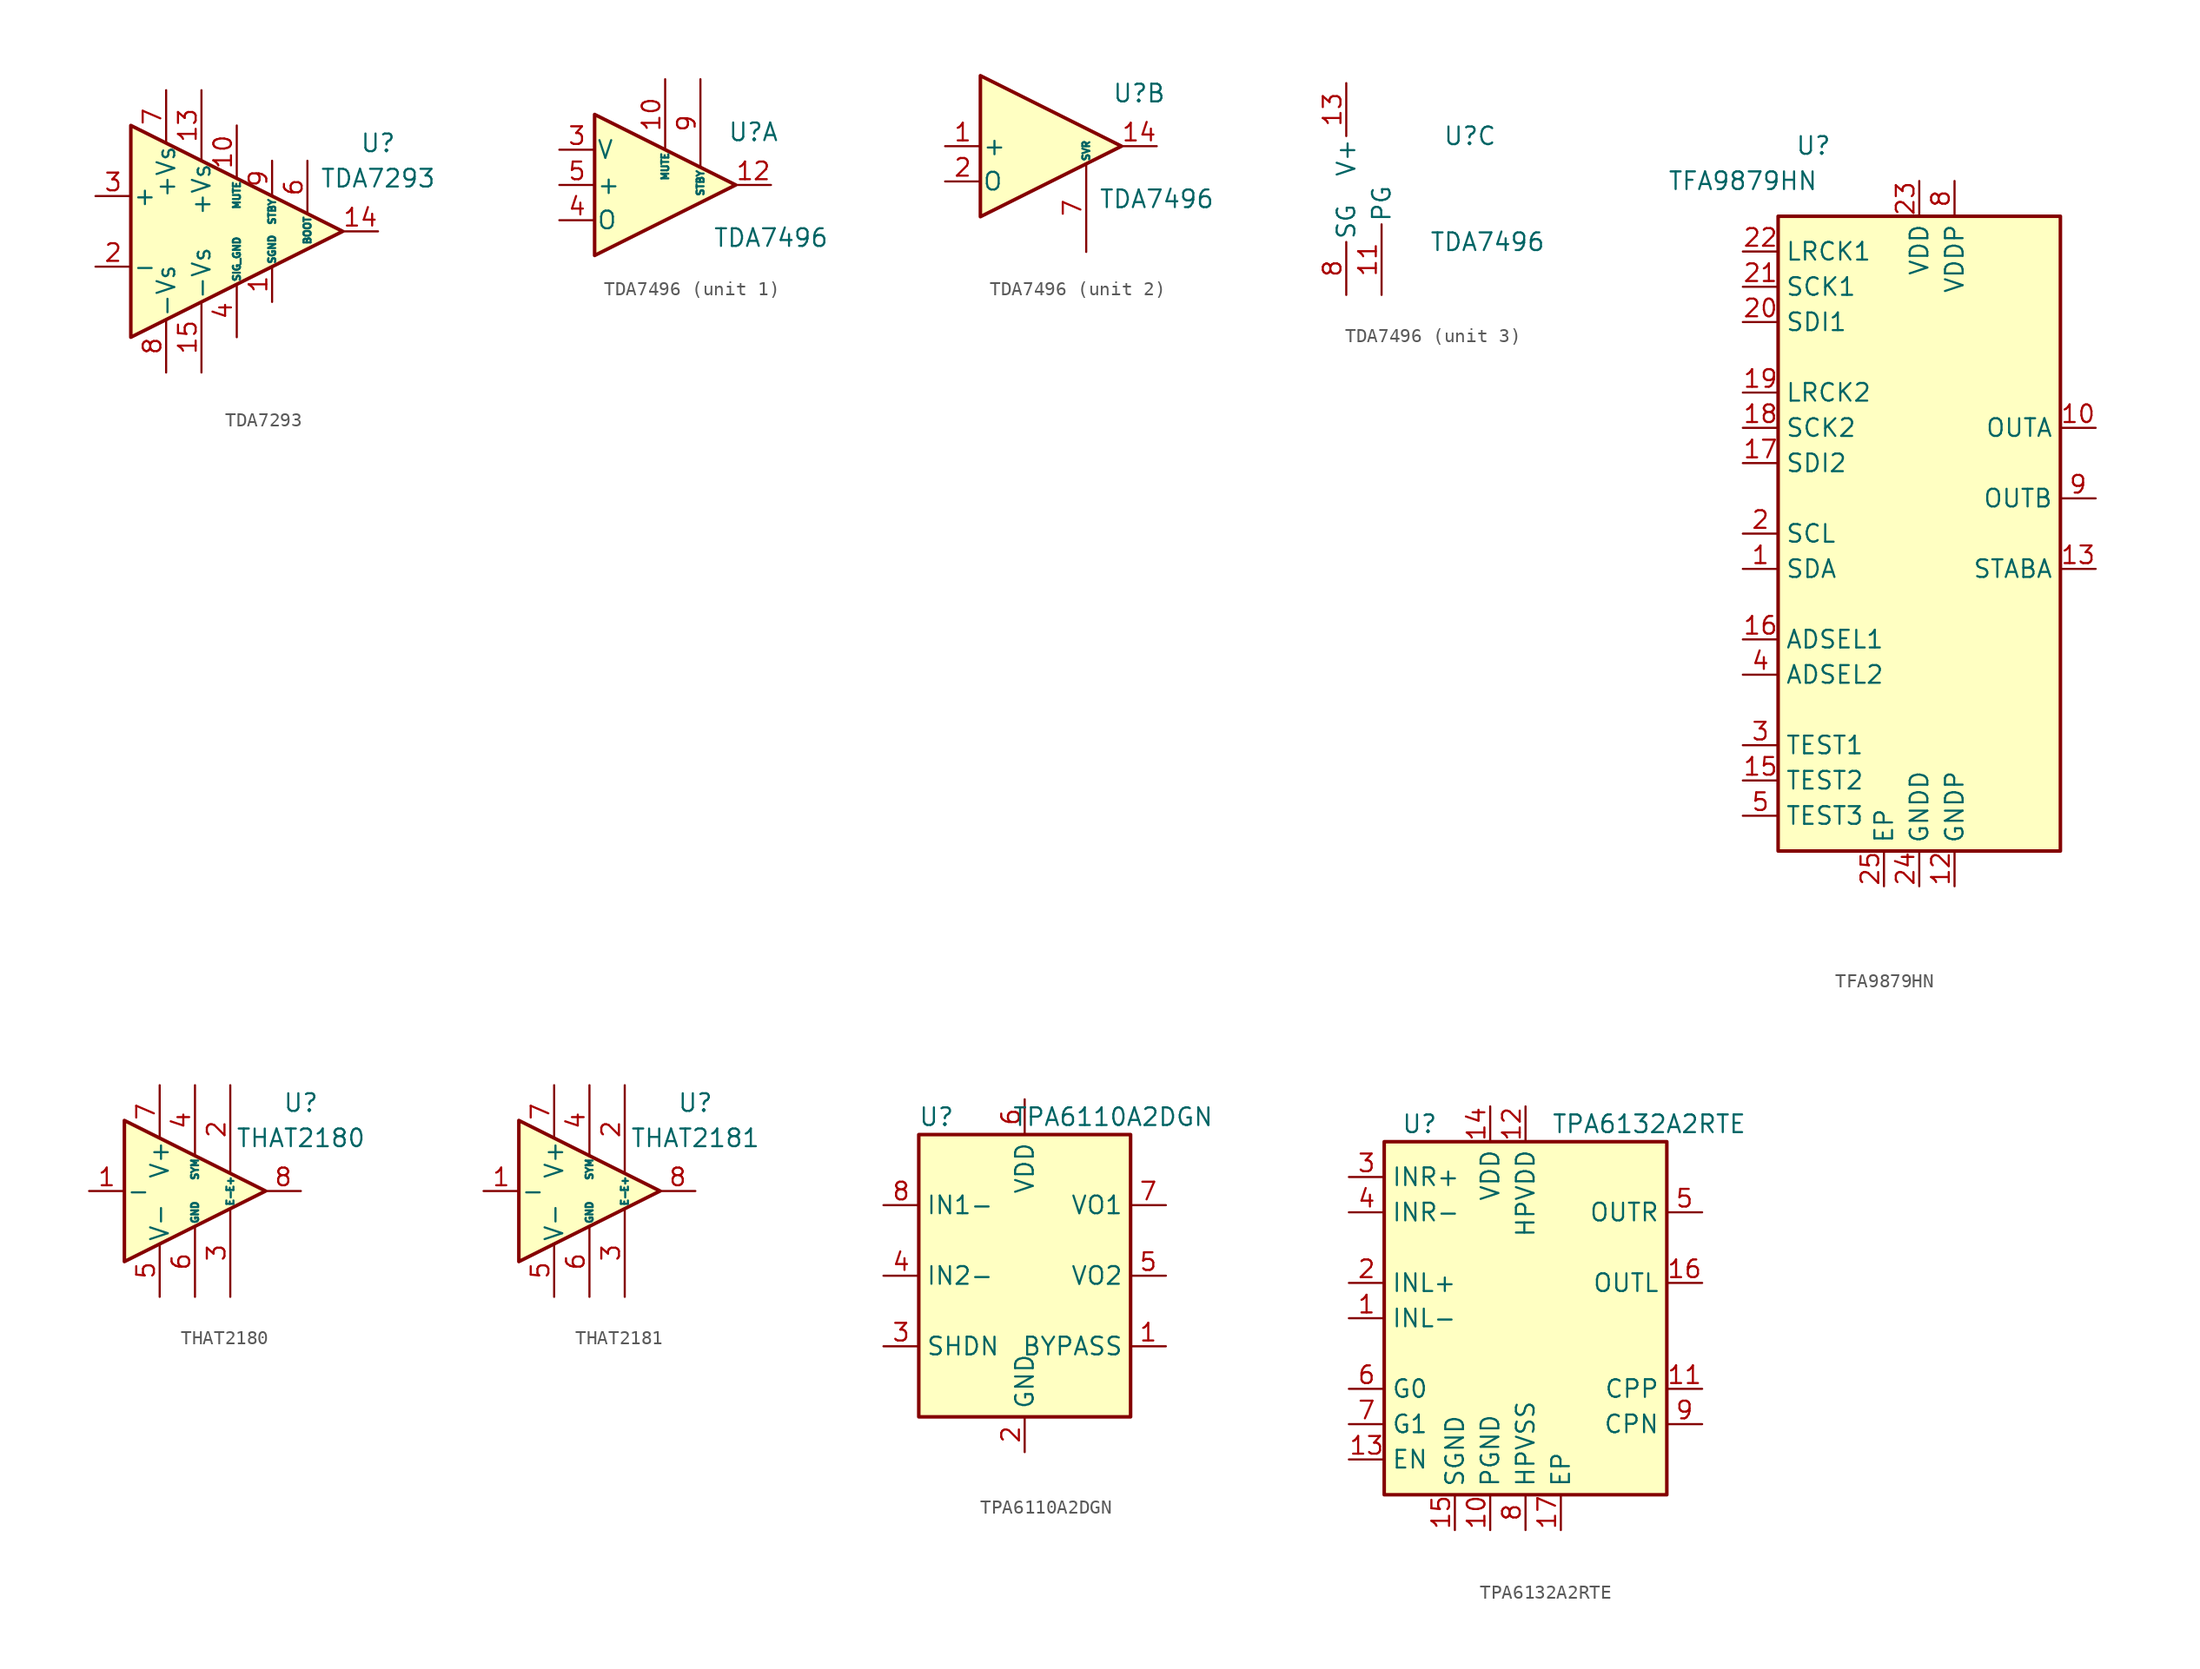
<source format=kicad_sym>
(kicad_symbol_lib
  (version 20241209)
  (generator "kicad_symbol_editor")
  (generator_version "9.0")
  (symbol "TDA7293"
    (pin_names
      (offset 0.127))
    (property "Reference" "U"
      (at 10.16 6.35 0)
      (effects (font (size 1.27 1.27))))
    (property "Value" "TDA7293"
      (at 10.16 3.81 0)
      (effects (font (size 1.27 1.27))))
    (symbol "TDA7293_0_1"
      (polyline (pts (xy -7.62 7.62) (xy 7.62 0) (xy -7.62 -7.62) (xy -7.62 7.62)) (stroke (width 0.254) (type default)) (fill (type background))))
    (symbol "TDA7293_1_1"
      (pin input line (at -10.16 2.54 0) (length 2.54) (name "+" (effects (font (size 1.27 1.27)))) (number "3" (effects (font (size 1.27 1.27)))))
      (pin input line (at -10.16 -2.54 0) (length 2.54) (name "-" (effects (font (size 1.27 1.27)))) (number "2" (effects (font (size 1.27 1.27)))))
      (pin power_in line (at -5.08 10.16 270) (length 3.81) (name "+Vs" (effects (font (size 1.27 1.27)))) (number "7" (effects (font (size 1.27 1.27)))))
      (pin power_in line (at -5.08 -10.16 90) (length 3.81) (name "-Vs" (effects (font (size 1.27 1.27)))) (number "8" (effects (font (size 1.27 1.27)))))
      (pin power_in line (at -2.54 10.16 270) (length 5.08) (name "+Vs" (effects (font (size 1.27 1.27)))) (number "13" (effects (font (size 1.27 1.27)))))
      (pin no_connect line (at -2.54 2.54 270) (length 2.54) (hide yes) (name "NC" (effects (font (size 1.27 1.27)))) (number "5" (effects (font (size 1.27 1.27)))))
      (pin power_in line (at -2.54 -10.16 90) (length 5.08) (name "-Vs" (effects (font (size 1.27 1.27)))) (number "15" (effects (font (size 1.27 1.27)))))
      (pin input line (at 0 7.62 270) (length 3.81) (name "MUTE" (effects (font (size 0.508 0.508)))) (number "10" (effects (font (size 1.27 1.27)))))
      (pin no_connect line (at 0 2.54 270) (length 2.54) (hide yes) (name "NC" (effects (font (size 1.27 1.27)))) (number "11" (effects (font (size 1.27 1.27)))))
      (pin power_in line (at 0 -7.62 90) (length 3.81) (name "SIG_GND" (effects (font (size 0.508 0.508)))) (number "4" (effects (font (size 1.27 1.27)))))
      (pin input line (at 2.54 5.08 270) (length 2.54) (name "STBY" (effects (font (size 0.508 0.508)))) (number "9" (effects (font (size 1.27 1.27)))))
      (pin no_connect line (at 2.54 2.54 270) (length 2.54) (hide yes) (name "NC" (effects (font (size 1.27 1.27)))) (number "12" (effects (font (size 1.27 1.27)))))
      (pin power_in line (at 2.54 -5.08 90) (length 2.54) (name "SGND" (effects (font (size 0.508 0.508)))) (number "1" (effects (font (size 1.27 1.27)))))
      (pin passive line (at 5.08 5.08 270) (length 3.81) (name "BOOT" (effects (font (size 0.508 0.508)))) (number "6" (effects (font (size 1.27 1.27)))))
      (pin output line (at 10.16 0 180) (length 2.54) (name "~" (effects (font (size 1.27 1.27)))) (number "14" (effects (font (size 1.27 1.27)))))))
  (symbol "TDA7496"
    (pin_names
      (offset 0.127))
    (property "Reference" "U"
      (at 6.35 3.81 0)
      (effects (font (size 1.27 1.27))))
    (property "Value" "TDA7496"
      (at 7.62 -3.81 0)
      (effects (font (size 1.27 1.27))))
    (property "ki_locked" ""
      (at 0 0 0)
      (effects (font (size 1.27 1.27))))
    (symbol "TDA7496_1_1"
      (polyline (pts (xy 5.08 0) (xy -5.08 5.08) (xy -5.08 -5.08) (xy 5.08 0)) (stroke (width 0.254) (type default)) (fill (type background)))
      (pin input line (at -7.62 2.54 0) (length 2.54) (name "V" (effects (font (size 1.27 1.27)))) (number "3" (effects (font (size 1.27 1.27)))))
      (pin input line (at -7.62 0 0) (length 2.54) (name "+" (effects (font (size 1.27 1.27)))) (number "5" (effects (font (size 1.27 1.27)))))
      (pin output line (at -7.62 -2.54 0) (length 2.54) (name "O" (effects (font (size 1.27 1.27)))) (number "4" (effects (font (size 1.27 1.27)))))
      (pin input line (at 0 7.62 270) (length 5.08) (name "MUTE" (effects (font (size 0.508 0.508)))) (number "10" (effects (font (size 1.27 1.27)))))
      (pin no_connect line (at 0 2.54 270) (length 2.54) (hide yes) (name "NC" (effects (font (size 1.27 1.27)))) (number "6" (effects (font (size 1.27 1.27)))))
      (pin input line (at 2.54 7.62 270) (length 6.35) (name "STBY" (effects (font (size 0.508 0.508)))) (number "9" (effects (font (size 1.27 1.27)))))
      (pin output line (at 7.62 0 180) (length 2.54) (name "~" (effects (font (size 1.27 1.27)))) (number "12" (effects (font (size 1.27 1.27))))))
    (symbol "TDA7496_2_1"
      (polyline (pts (xy 5.08 0) (xy -5.08 5.08) (xy -5.08 -5.08) (xy 5.08 0)) (stroke (width 0.254) (type default)) (fill (type background)))
      (pin input line (at -7.62 0 0) (length 2.54) (name "+" (effects (font (size 1.27 1.27)))) (number "1" (effects (font (size 1.27 1.27)))))
      (pin output line (at -7.62 -2.54 0) (length 2.54) (name "O" (effects (font (size 1.27 1.27)))) (number "2" (effects (font (size 1.27 1.27)))))
      (pin passive line (at 2.54 -7.62 90) (length 6.35) (name "SVR" (effects (font (size 0.508 0.508)))) (number "7" (effects (font (size 1.27 1.27)))))
      (pin output line (at 7.62 0 180) (length 2.54) (name "~" (effects (font (size 1.27 1.27)))) (number "14" (effects (font (size 1.27 1.27))))))
    (symbol "TDA7496_3_1"
      (pin power_in line (at -2.54 7.62 270) (length 3.81) (name "V+" (effects (font (size 1.27 1.27)))) (number "13" (effects (font (size 1.27 1.27)))))
      (pin power_in line (at -2.54 -7.62 90) (length 3.81) (name "SG" (effects (font (size 1.27 1.27)))) (number "8" (effects (font (size 1.27 1.27)))))
      (pin power_in line (at 0 -7.62 90) (length 5.08) (name "PG" (effects (font (size 1.27 1.27)))) (number "11" (effects (font (size 1.27 1.27)))))
      (pin passive line (at 0 -7.62 90) (length 5.08) (hide yes) (name "PG" (effects (font (size 1.27 1.27)))) (number "15" (effects (font (size 1.27 1.27)))))))
  (symbol "TFA9879HN"
    (property "Reference" "U"
      (at -7.62 27.94 0)
      (effects (font (size 1.27 1.27))))
    (property "Value" "TFA9879HN"
      (at -12.7 25.4 0)
      (effects (font (size 1.27 1.27))))
    (symbol "TFA9879HN_0_1"
      (polyline (pts (xy -10.16 22.86) (xy 10.16 22.86) (xy 10.16 -22.86) (xy -10.16 -22.86) (xy -10.16 22.86)) (stroke (width 0.254) (type default)) (fill (type background))))
    (symbol "TFA9879HN_1_1"
      (pin input line (at -12.7 20.32 0) (length 2.54) (name "LRCK1" (effects (font (size 1.27 1.27)))) (number "22" (effects (font (size 1.27 1.27)))))
      (pin input line (at -12.7 17.78 0) (length 2.54) (name "SCK1" (effects (font (size 1.27 1.27)))) (number "21" (effects (font (size 1.27 1.27)))))
      (pin input line (at -12.7 15.24 0) (length 2.54) (name "SDI1" (effects (font (size 1.27 1.27)))) (number "20" (effects (font (size 1.27 1.27)))))
      (pin input line (at -12.7 10.16 0) (length 2.54) (name "LRCK2" (effects (font (size 1.27 1.27)))) (number "19" (effects (font (size 1.27 1.27)))))
      (pin input line (at -12.7 7.62 0) (length 2.54) (name "SCK2" (effects (font (size 1.27 1.27)))) (number "18" (effects (font (size 1.27 1.27)))))
      (pin input line (at -12.7 5.08 0) (length 2.54) (name "SDI2" (effects (font (size 1.27 1.27)))) (number "17" (effects (font (size 1.27 1.27)))))
      (pin input line (at -12.7 0 0) (length 2.54) (name "SCL" (effects (font (size 1.27 1.27)))) (number "2" (effects (font (size 1.27 1.27)))))
      (pin bidirectional line (at -12.7 -2.54 0) (length 2.54) (name "SDA" (effects (font (size 1.27 1.27)))) (number "1" (effects (font (size 1.27 1.27)))))
      (pin input line (at -12.7 -7.62 0) (length 2.54) (name "ADSEL1" (effects (font (size 1.27 1.27)))) (number "16" (effects (font (size 1.27 1.27)))))
      (pin input line (at -12.7 -10.16 0) (length 2.54) (name "ADSEL2" (effects (font (size 1.27 1.27)))) (number "4" (effects (font (size 1.27 1.27)))))
      (pin input line (at -12.7 -15.24 0) (length 2.54) (name "TEST1" (effects (font (size 1.27 1.27)))) (number "3" (effects (font (size 1.27 1.27)))))
      (pin input line (at -12.7 -17.78 0) (length 2.54) (name "TEST2" (effects (font (size 1.27 1.27)))) (number "15" (effects (font (size 1.27 1.27)))))
      (pin input line (at -12.7 -20.32 0) (length 2.54) (name "TEST3" (effects (font (size 1.27 1.27)))) (number "5" (effects (font (size 1.27 1.27)))))
      (pin passive line (at -2.54 -25.4 90) (length 2.54) (name "EP" (effects (font (size 1.27 1.27)))) (number "25" (effects (font (size 1.27 1.27)))))
      (pin power_in line (at 0 25.4 270) (length 2.54) (name "VDD" (effects (font (size 1.27 1.27)))) (number "23" (effects (font (size 1.27 1.27)))))
      (pin power_in line (at 0 -25.4 90) (length 2.54) (name "GNDD" (effects (font (size 1.27 1.27)))) (number "24" (effects (font (size 1.27 1.27)))))
      (pin passive line (at 2.54 25.4 270) (length 2.54) (hide yes) (name "VDDP" (effects (font (size 1.27 1.27)))) (number "7" (effects (font (size 1.27 1.27)))))
      (pin power_in line (at 2.54 25.4 270) (length 2.54) (name "VDDP" (effects (font (size 1.27 1.27)))) (number "8" (effects (font (size 1.27 1.27)))))
      (pin passive line (at 2.54 -25.4 90) (length 2.54) (hide yes) (name "GNDP" (effects (font (size 1.27 1.27)))) (number "11" (effects (font (size 1.27 1.27)))))
      (pin power_in line (at 2.54 -25.4 90) (length 2.54) (name "GNDP" (effects (font (size 1.27 1.27)))) (number "12" (effects (font (size 1.27 1.27)))))
      (pin no_connect line (at 10.16 -10.16 180) (length 2.54) (hide yes) (name "NC" (effects (font (size 1.27 1.27)))) (number "14" (effects (font (size 1.27 1.27)))))
      (pin no_connect line (at 10.16 -12.7 180) (length 2.54) (hide yes) (name "NC" (effects (font (size 1.27 1.27)))) (number "6" (effects (font (size 1.27 1.27)))))
      (pin output line (at 12.7 7.62 180) (length 2.54) (name "OUTA" (effects (font (size 1.27 1.27)))) (number "10" (effects (font (size 1.27 1.27)))))
      (pin output line (at 12.7 2.54 180) (length 2.54) (name "OUTB" (effects (font (size 1.27 1.27)))) (number "9" (effects (font (size 1.27 1.27)))))
      (pin output line (at 12.7 -2.54 180) (length 2.54) (name "STABA" (effects (font (size 1.27 1.27)))) (number "13" (effects (font (size 1.27 1.27)))))))
  (symbol "THAT2180"
    (pin_names
      (offset 0.127))
    (property "Reference" "U"
      (at 7.62 6.35 0)
      (effects (font (size 1.27 1.27))))
    (property "Value" "THAT2180"
      (at 7.62 3.81 0)
      (effects (font (size 1.27 1.27))))
    (symbol "THAT2180_0_0"
      (pin power_in line (at -2.54 7.62 270) (length 3.81) (name "V+" (effects (font (size 1.27 1.27)))) (number "7" (effects (font (size 1.27 1.27)))))
      (pin power_in line (at -2.54 -7.62 90) (length 3.81) (name "V-" (effects (font (size 1.27 1.27)))) (number "5" (effects (font (size 1.27 1.27)))))
      (pin power_in line (at 0 -7.62 90) (length 5.08) (name "GND" (effects (font (size 0.508 0.508)))) (number "6" (effects (font (size 1.27 1.27))))))
    (symbol "THAT2180_0_1"
      (polyline (pts (xy -5.08 5.08) (xy 5.08 0) (xy -5.08 -5.08) (xy -5.08 5.08)) (stroke (width 0.254) (type default)) (fill (type background))))
    (symbol "THAT2180_1_1"
      (pin input line (at -7.62 0 0) (length 2.54) (name "-" (effects (font (size 1.27 1.27)))) (number "1" (effects (font (size 1.27 1.27)))))
      (pin input line (at 0 7.62 270) (length 5.08) (name "SYM" (effects (font (size 0.508 0.508)))) (number "4" (effects (font (size 1.27 1.27)))))
      (pin input line (at 2.54 7.62 270) (length 6.35) (name "E+" (effects (font (size 0.508 0.508)))) (number "2" (effects (font (size 1.27 1.27)))))
      (pin input line (at 2.54 -7.62 90) (length 6.35) (name "E-" (effects (font (size 0.508 0.508)))) (number "3" (effects (font (size 1.27 1.27)))))
      (pin output line (at 7.62 0 180) (length 2.54) (name "~" (effects (font (size 1.27 1.27)))) (number "8" (effects (font (size 1.27 1.27)))))))
  (symbol "THAT2181"
    (pin_names
      (offset 0.127))
    (property "Reference" "U"
      (at 7.62 6.35 0)
      (effects (font (size 1.27 1.27))))
    (property "Value" "THAT2181"
      (at 7.62 3.81 0)
      (effects (font (size 1.27 1.27))))
    (symbol "THAT2181_0_0"
      (pin power_in line (at -2.54 7.62 270) (length 3.81) (name "V+" (effects (font (size 1.27 1.27)))) (number "7" (effects (font (size 1.27 1.27)))))
      (pin power_in line (at -2.54 -7.62 90) (length 3.81) (name "V-" (effects (font (size 1.27 1.27)))) (number "5" (effects (font (size 1.27 1.27)))))
      (pin power_in line (at 0 -7.62 90) (length 5.08) (name "GND" (effects (font (size 0.508 0.508)))) (number "6" (effects (font (size 1.27 1.27))))))
    (symbol "THAT2181_0_1"
      (polyline (pts (xy -5.08 5.08) (xy 5.08 0) (xy -5.08 -5.08) (xy -5.08 5.08)) (stroke (width 0.254) (type default)) (fill (type background))))
    (symbol "THAT2181_1_1"
      (pin input line (at -7.62 0 0) (length 2.54) (name "-" (effects (font (size 1.27 1.27)))) (number "1" (effects (font (size 1.27 1.27)))))
      (pin input line (at 0 7.62 270) (length 5.08) (name "SYM" (effects (font (size 0.508 0.508)))) (number "4" (effects (font (size 1.27 1.27)))))
      (pin input line (at 2.54 7.62 270) (length 6.35) (name "E+" (effects (font (size 0.508 0.508)))) (number "2" (effects (font (size 1.27 1.27)))))
      (pin input line (at 2.54 -7.62 90) (length 6.35) (name "E-" (effects (font (size 0.508 0.508)))) (number "3" (effects (font (size 1.27 1.27)))))
      (pin output line (at 7.62 0 180) (length 2.54) (name "~" (effects (font (size 1.27 1.27)))) (number "8" (effects (font (size 1.27 1.27)))))))
  (symbol "TPA6110A2DGN"
    (property "Reference" "U"
      (at -6.35 11.43 0)
      (effects (font (size 1.27 1.27))))
    (property "Value" "TPA6110A2DGN"
      (at 6.35 11.43 0)
      (effects (font (size 1.27 1.27))))
    (symbol "TPA6110A2DGN_0_1"
      (rectangle (start -7.62 10.16) (end 7.62 -10.16) (stroke (width 0.254) (type default)) (fill (type background))))
    (symbol "TPA6110A2DGN_1_1"
      (pin input line (at -10.16 5.08 0) (length 2.54) (name "IN1-" (effects (font (size 1.27 1.27)))) (number "8" (effects (font (size 1.27 1.27)))))
      (pin input line (at -10.16 0 0) (length 2.54) (name "IN2-" (effects (font (size 1.27 1.27)))) (number "4" (effects (font (size 1.27 1.27)))))
      (pin input line (at -10.16 -5.08 0) (length 2.54) (name "SHDN" (effects (font (size 1.27 1.27)))) (number "3" (effects (font (size 1.27 1.27)))))
      (pin power_in line (at 0 12.7 270) (length 2.54) (name "VDD" (effects (font (size 1.27 1.27)))) (number "6" (effects (font (size 1.27 1.27)))))
      (pin power_in line (at 0 -12.7 90) (length 2.54) (name "GND" (effects (font (size 1.27 1.27)))) (number "2" (effects (font (size 1.27 1.27)))))
      (pin passive line (at 0 -12.7 90) (length 2.54) (hide yes) (name "GND" (effects (font (size 1.27 1.27)))) (number "9" (effects (font (size 1.27 1.27)))))
      (pin output line (at 10.16 5.08 180) (length 2.54) (name "VO1" (effects (font (size 1.27 1.27)))) (number "7" (effects (font (size 1.27 1.27)))))
      (pin output line (at 10.16 0 180) (length 2.54) (name "VO2" (effects (font (size 1.27 1.27)))) (number "5" (effects (font (size 1.27 1.27)))))
      (pin passive line (at 10.16 -5.08 180) (length 2.54) (name "BYPASS" (effects (font (size 1.27 1.27)))) (number "1" (effects (font (size 1.27 1.27)))))))
  (symbol "TPA6132A2RTE"
    (property "Reference" "U"
      (at -7.62 13.97 0)
      (effects (font (size 1.27 1.27))))
    (property "Value" "TPA6132A2RTE"
      (at 8.89 13.97 0)
      (effects (font (size 1.27 1.27))))
    (symbol "TPA6132A2RTE_0_1"
      (rectangle (start -10.16 12.7) (end 10.16 -12.7) (stroke (width 0.254) (type default)) (fill (type background))))
    (symbol "TPA6132A2RTE_1_1"
      (pin input line (at -12.7 10.16 0) (length 2.54) (name "INR+" (effects (font (size 1.27 1.27)))) (number "3" (effects (font (size 1.27 1.27)))))
      (pin input line (at -12.7 7.62 0) (length 2.54) (name "INR-" (effects (font (size 1.27 1.27)))) (number "4" (effects (font (size 1.27 1.27)))))
      (pin input line (at -12.7 2.54 0) (length 2.54) (name "INL+" (effects (font (size 1.27 1.27)))) (number "2" (effects (font (size 1.27 1.27)))))
      (pin input line (at -12.7 0 0) (length 2.54) (name "INL-" (effects (font (size 1.27 1.27)))) (number "1" (effects (font (size 1.27 1.27)))))
      (pin input line (at -12.7 -5.08 0) (length 2.54) (name "G0" (effects (font (size 1.27 1.27)))) (number "6" (effects (font (size 1.27 1.27)))))
      (pin input line (at -12.7 -7.62 0) (length 2.54) (name "G1" (effects (font (size 1.27 1.27)))) (number "7" (effects (font (size 1.27 1.27)))))
      (pin input line (at -12.7 -10.16 0) (length 2.54) (name "EN" (effects (font (size 1.27 1.27)))) (number "13" (effects (font (size 1.27 1.27)))))
      (pin power_in line (at -5.08 -15.24 90) (length 2.54) (name "SGND" (effects (font (size 1.27 1.27)))) (number "15" (effects (font (size 1.27 1.27)))))
      (pin power_in line (at -2.54 15.24 270) (length 2.54) (name "VDD" (effects (font (size 1.27 1.27)))) (number "14" (effects (font (size 1.27 1.27)))))
      (pin power_in line (at -2.54 -15.24 90) (length 2.54) (name "PGND" (effects (font (size 1.27 1.27)))) (number "10" (effects (font (size 1.27 1.27)))))
      (pin power_in line (at 0 15.24 270) (length 2.54) (name "HPVDD" (effects (font (size 1.27 1.27)))) (number "12" (effects (font (size 1.27 1.27)))))
      (pin power_in line (at 0 -15.24 90) (length 2.54) (name "HPVSS" (effects (font (size 1.27 1.27)))) (number "8" (effects (font (size 1.27 1.27)))))
      (pin passive line (at 2.54 -15.24 90) (length 2.54) (name "EP" (effects (font (size 1.27 1.27)))) (number "17" (effects (font (size 1.27 1.27)))))
      (pin output line (at 12.7 7.62 180) (length 2.54) (name "OUTR" (effects (font (size 1.27 1.27)))) (number "5" (effects (font (size 1.27 1.27)))))
      (pin output line (at 12.7 2.54 180) (length 2.54) (name "OUTL" (effects (font (size 1.27 1.27)))) (number "16" (effects (font (size 1.27 1.27)))))
      (pin passive line (at 12.7 -5.08 180) (length 2.54) (name "CPP" (effects (font (size 1.27 1.27)))) (number "11" (effects (font (size 1.27 1.27)))))
      (pin passive line (at 12.7 -7.62 180) (length 2.54) (name "CPN" (effects (font (size 1.27 1.27)))) (number "9" (effects (font (size 1.27 1.27))))))))
</source>
